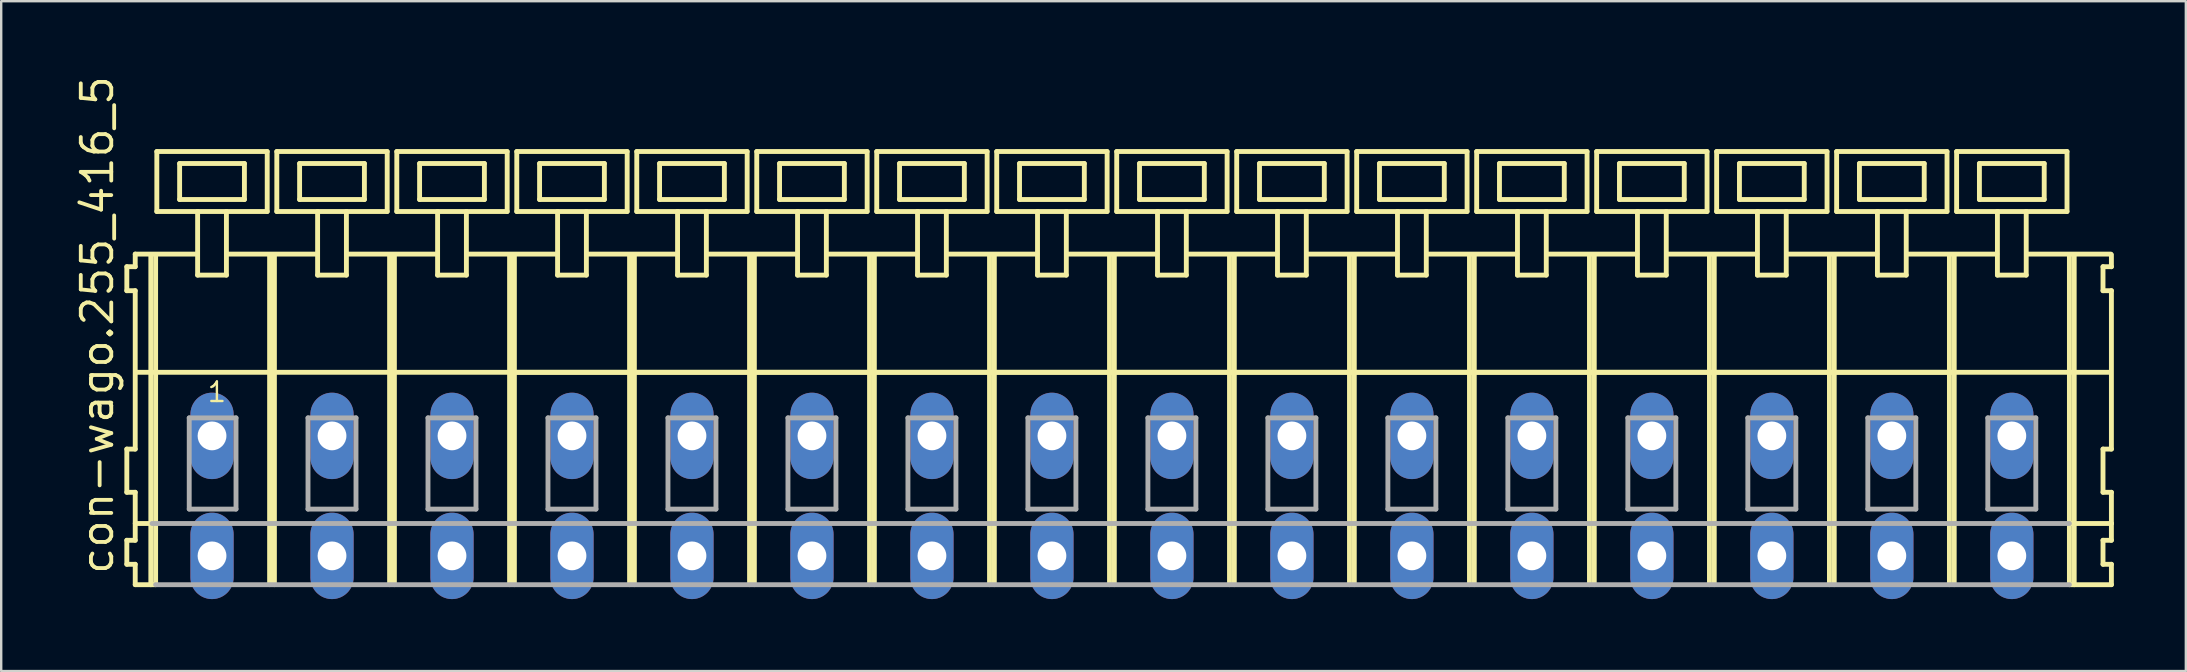
<source format=kicad_pcb>
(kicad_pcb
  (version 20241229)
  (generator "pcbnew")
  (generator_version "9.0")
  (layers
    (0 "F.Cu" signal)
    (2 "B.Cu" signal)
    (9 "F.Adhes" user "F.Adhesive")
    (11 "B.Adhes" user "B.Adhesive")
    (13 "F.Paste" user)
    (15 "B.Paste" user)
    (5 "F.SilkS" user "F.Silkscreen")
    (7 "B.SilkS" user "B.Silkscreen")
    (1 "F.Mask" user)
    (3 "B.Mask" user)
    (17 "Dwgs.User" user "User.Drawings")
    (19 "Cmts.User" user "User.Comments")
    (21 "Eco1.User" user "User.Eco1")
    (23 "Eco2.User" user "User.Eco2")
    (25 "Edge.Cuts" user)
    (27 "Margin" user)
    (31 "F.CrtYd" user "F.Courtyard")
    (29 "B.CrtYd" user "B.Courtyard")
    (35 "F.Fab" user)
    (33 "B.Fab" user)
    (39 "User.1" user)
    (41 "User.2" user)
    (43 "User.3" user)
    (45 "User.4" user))
  (footprint "con-wago.255_416_5"
    (layer "F.Cu")
    (at 43.285 15.114)
    (property "Reference" "con-wago.255_416_5" (at -41.535 5.855 90) (layer "F.SilkS") (effects (font (size 1.27 1.27) (thickness 0.16)) (justify left bottom)))
    (attr through_hole)
    (fp_line (start -41.05 -7.05) (end -41.05 -6.05) (stroke (width 0.203) (type default)) (layer "F.SilkS"))
    (fp_line (start -41.05 -6.05) (end -40.7 -6.05) (stroke (width 0.203) (type default)) (layer "F.SilkS"))
    (fp_line (start -41.05 0.55) (end -41.05 2.35) (stroke (width 0.203) (type default)) (layer "F.SilkS"))
    (fp_line (start -41.05 2.35) (end -40.7 2.35) (stroke (width 0.203) (type default)) (layer "F.SilkS"))
    (fp_line (start -41.05 4.35) (end -41.05 5.35) (stroke (width 0.203) (type default)) (layer "F.SilkS"))
    (fp_line (start -41.05 5.35) (end -40.7 5.35) (stroke (width 0.203) (type default)) (layer "F.SilkS"))
    (fp_line (start -40.7 -7.575) (end -40.7 -7.05) (stroke (width 0.203) (type default)) (layer "F.SilkS"))
    (fp_line (start -40.7 -7.575) (end -38.125 -7.575) (stroke (width 0.203) (type default)) (layer "F.SilkS"))
    (fp_line (start -40.7 -7.05) (end -41.05 -7.05) (stroke (width 0.203) (type default)) (layer "F.SilkS"))
    (fp_line (start -40.7 -6.05) (end -40.7 0.55) (stroke (width 0.203) (type default)) (layer "F.SilkS"))
    (fp_line (start -40.7 0.55) (end -41.05 0.55) (stroke (width 0.203) (type default)) (layer "F.SilkS"))
    (fp_line (start -40.7 2.35) (end -40.7 4.35) (stroke (width 0.203) (type default)) (layer "F.SilkS"))
    (fp_line (start -40.7 3.65) (end -40 3.65) (stroke (width 0.203) (type default)) (layer "F.SilkS"))
    (fp_line (start -40.7 4.35) (end -41.05 4.35) (stroke (width 0.203) (type default)) (layer "F.SilkS"))
    (fp_line (start -40.7 5.35) (end -40.7 6.2) (stroke (width 0.203) (type default)) (layer "F.SilkS"))
    (fp_line (start -40.7 6.2) (end -40.05 6.2) (stroke (width 0.203) (type default)) (layer "F.SilkS"))
    (fp_line (start -40.65 -2.65) (end -35.1 -2.65) (stroke (width 0.203) (type default)) (layer "F.SilkS"))
    (fp_line (start -40.05 -7.55) (end -40.05 6.2) (stroke (width 0.203) (type default)) (layer "F.SilkS"))
    (fp_line (start -40.05 6.2) (end -39.85 6.2) (stroke (width 0.203) (type default)) (layer "F.SilkS"))
    (fp_line (start -39.85 -7.55) (end -39.85 6.2) (stroke (width 0.203) (type default)) (layer "F.SilkS"))
    (fp_line (start -39.8 -11.85) (end -39.8 -9.35) (stroke (width 0.203) (type default)) (layer "F.SilkS"))
    (fp_line (start -39.8 -9.35) (end -38.1 -9.35) (stroke (width 0.203) (type default)) (layer "F.SilkS"))
    (fp_line (start -38.85 -11.35) (end -38.85 -9.85) (stroke (width 0.203) (type default)) (layer "F.SilkS"))
    (fp_line (start -38.85 -9.85) (end -36.15 -9.85) (stroke (width 0.203) (type default)) (layer "F.SilkS"))
    (fp_line (start -38.1 -9.35) (end -38.1 -6.7) (stroke (width 0.203) (type default)) (layer "F.SilkS"))
    (fp_line (start -38.1 -9.35) (end -36.9 -9.35) (stroke (width 0.203) (type default)) (layer "F.SilkS"))
    (fp_line (start -38.1 -6.7) (end -36.9 -6.7) (stroke (width 0.203) (type default)) (layer "F.SilkS"))
    (fp_line (start -36.9 -9.35) (end -35.2 -9.35) (stroke (width 0.203) (type default)) (layer "F.SilkS"))
    (fp_line (start -36.9 -6.7) (end -36.9 -9.35) (stroke (width 0.203) (type default)) (layer "F.SilkS"))
    (fp_line (start -36.825 -7.575) (end -33.125 -7.575) (stroke (width 0.203) (type default)) (layer "F.SilkS"))
    (fp_line (start -36.15 -11.35) (end -38.85 -11.35) (stroke (width 0.203) (type default)) (layer "F.SilkS"))
    (fp_line (start -36.15 -9.85) (end -36.15 -11.35) (stroke (width 0.203) (type default)) (layer "F.SilkS"))
    (fp_line (start -35.2 -11.85) (end -39.8 -11.85) (stroke (width 0.203) (type default)) (layer "F.SilkS"))
    (fp_line (start -35.2 -9.35) (end -35.2 -11.85) (stroke (width 0.203) (type default)) (layer "F.SilkS"))
    (fp_line (start -35.1 -7.55) (end -35.1 -2.65) (stroke (width 0.203) (type default)) (layer "F.SilkS"))
    (fp_line (start -35.1 -2.65) (end -35.1 6.2) (stroke (width 0.203) (type default)) (layer "F.SilkS"))
    (fp_line (start -34.9 -7.55) (end -34.9 -2.65) (stroke (width 0.203) (type default)) (layer "F.SilkS"))
    (fp_line (start -34.9 -2.65) (end -34.9 6.2) (stroke (width 0.203) (type default)) (layer "F.SilkS"))
    (fp_line (start -34.9 -2.65) (end -30.1 -2.65) (stroke (width 0.203) (type default)) (layer "F.SilkS"))
    (fp_line (start -34.8 -11.85) (end -34.8 -9.35) (stroke (width 0.203) (type default)) (layer "F.SilkS"))
    (fp_line (start -34.8 -9.35) (end -33.1 -9.35) (stroke (width 0.203) (type default)) (layer "F.SilkS"))
    (fp_line (start -33.85 -11.35) (end -33.85 -9.85) (stroke (width 0.203) (type default)) (layer "F.SilkS"))
    (fp_line (start -33.85 -9.85) (end -31.15 -9.85) (stroke (width 0.203) (type default)) (layer "F.SilkS"))
    (fp_line (start -33.1 -9.35) (end -33.1 -6.7) (stroke (width 0.203) (type default)) (layer "F.SilkS"))
    (fp_line (start -33.1 -9.35) (end -31.9 -9.35) (stroke (width 0.203) (type default)) (layer "F.SilkS"))
    (fp_line (start -33.1 -6.7) (end -31.9 -6.7) (stroke (width 0.203) (type default)) (layer "F.SilkS"))
    (fp_line (start -31.9 -9.35) (end -30.2 -9.35) (stroke (width 0.203) (type default)) (layer "F.SilkS"))
    (fp_line (start -31.9 -6.7) (end -31.9 -9.35) (stroke (width 0.203) (type default)) (layer "F.SilkS"))
    (fp_line (start -31.875 -7.575) (end -28.125 -7.575) (stroke (width 0.203) (type default)) (layer "F.SilkS"))
    (fp_line (start -31.15 -11.35) (end -33.85 -11.35) (stroke (width 0.203) (type default)) (layer "F.SilkS"))
    (fp_line (start -31.15 -9.85) (end -31.15 -11.35) (stroke (width 0.203) (type default)) (layer "F.SilkS"))
    (fp_line (start -30.2 -11.85) (end -34.8 -11.85) (stroke (width 0.203) (type default)) (layer "F.SilkS"))
    (fp_line (start -30.2 -9.35) (end -30.2 -11.85) (stroke (width 0.203) (type default)) (layer "F.SilkS"))
    (fp_line (start -30.1 -7.55) (end -30.1 -2.65) (stroke (width 0.203) (type default)) (layer "F.SilkS"))
    (fp_line (start -30.1 -2.65) (end -30.1 6.2) (stroke (width 0.203) (type default)) (layer "F.SilkS"))
    (fp_line (start -30.1 -2.65) (end -29.9 -2.65) (stroke (width 0.203) (type default)) (layer "F.SilkS"))
    (fp_line (start -29.9 -7.55) (end -29.9 -2.65) (stroke (width 0.203) (type default)) (layer "F.SilkS"))
    (fp_line (start -29.9 -2.65) (end -29.9 6.2) (stroke (width 0.203) (type default)) (layer "F.SilkS"))
    (fp_line (start -29.9 -2.65) (end -25.1 -2.65) (stroke (width 0.203) (type default)) (layer "F.SilkS"))
    (fp_line (start -29.8 -11.85) (end -29.8 -9.35) (stroke (width 0.203) (type default)) (layer "F.SilkS"))
    (fp_line (start -29.8 -9.35) (end -28.1 -9.35) (stroke (width 0.203) (type default)) (layer "F.SilkS"))
    (fp_line (start -28.85 -11.35) (end -28.85 -9.85) (stroke (width 0.203) (type default)) (layer "F.SilkS"))
    (fp_line (start -28.85 -9.85) (end -26.15 -9.85) (stroke (width 0.203) (type default)) (layer "F.SilkS"))
    (fp_line (start -28.1 -9.35) (end -28.1 -6.7) (stroke (width 0.203) (type default)) (layer "F.SilkS"))
    (fp_line (start -28.1 -9.35) (end -26.9 -9.35) (stroke (width 0.203) (type default)) (layer "F.SilkS"))
    (fp_line (start -28.1 -6.7) (end -26.9 -6.7) (stroke (width 0.203) (type default)) (layer "F.SilkS"))
    (fp_line (start -26.9 -9.35) (end -25.2 -9.35) (stroke (width 0.203) (type default)) (layer "F.SilkS"))
    (fp_line (start -26.9 -6.7) (end -26.9 -9.35) (stroke (width 0.203) (type default)) (layer "F.SilkS"))
    (fp_line (start -26.875 -7.575) (end -23.125 -7.575) (stroke (width 0.203) (type default)) (layer "F.SilkS"))
    (fp_line (start -26.15 -11.35) (end -28.85 -11.35) (stroke (width 0.203) (type default)) (layer "F.SilkS"))
    (fp_line (start -26.15 -9.85) (end -26.15 -11.35) (stroke (width 0.203) (type default)) (layer "F.SilkS"))
    (fp_line (start -25.2 -11.85) (end -29.8 -11.85) (stroke (width 0.203) (type default)) (layer "F.SilkS"))
    (fp_line (start -25.2 -9.35) (end -25.2 -11.85) (stroke (width 0.203) (type default)) (layer "F.SilkS"))
    (fp_line (start -25.1 -7.55) (end -25.1 -2.65) (stroke (width 0.203) (type default)) (layer "F.SilkS"))
    (fp_line (start -25.1 -2.65) (end -25.1 6.2) (stroke (width 0.203) (type default)) (layer "F.SilkS"))
    (fp_line (start -25.1 -2.65) (end -24.9 -2.65) (stroke (width 0.203) (type default)) (layer "F.SilkS"))
    (fp_line (start -25.1 -2.65) (end 39.9 -2.65) (stroke (width 0.203) (type default)) (layer "F.SilkS"))
    (fp_line (start -24.9 -7.55) (end -24.9 -2.65) (stroke (width 0.203) (type default)) (layer "F.SilkS"))
    (fp_line (start -24.9 -2.65) (end -24.9 6.2) (stroke (width 0.203) (type default)) (layer "F.SilkS"))
    (fp_line (start -24.9 -2.65) (end -20.1 -2.65) (stroke (width 0.203) (type default)) (layer "F.SilkS"))
    (fp_line (start -24.8 -11.85) (end -24.8 -9.35) (stroke (width 0.203) (type default)) (layer "F.SilkS"))
    (fp_line (start -24.8 -9.35) (end -23.1 -9.35) (stroke (width 0.203) (type default)) (layer "F.SilkS"))
    (fp_line (start -23.85 -11.35) (end -23.85 -9.85) (stroke (width 0.203) (type default)) (layer "F.SilkS"))
    (fp_line (start -23.85 -9.85) (end -21.15 -9.85) (stroke (width 0.203) (type default)) (layer "F.SilkS"))
    (fp_line (start -23.1 -9.35) (end -23.1 -6.7) (stroke (width 0.203) (type default)) (layer "F.SilkS"))
    (fp_line (start -23.1 -9.35) (end -21.9 -9.35) (stroke (width 0.203) (type default)) (layer "F.SilkS"))
    (fp_line (start -23.1 -6.7) (end -21.9 -6.7) (stroke (width 0.203) (type default)) (layer "F.SilkS"))
    (fp_line (start -21.9 -9.35) (end -20.2 -9.35) (stroke (width 0.203) (type default)) (layer "F.SilkS"))
    (fp_line (start -21.9 -6.7) (end -21.9 -9.35) (stroke (width 0.203) (type default)) (layer "F.SilkS"))
    (fp_line (start -21.875 -7.575) (end -18.125 -7.575) (stroke (width 0.203) (type default)) (layer "F.SilkS"))
    (fp_line (start -21.15 -11.35) (end -23.85 -11.35) (stroke (width 0.203) (type default)) (layer "F.SilkS"))
    (fp_line (start -21.15 -9.85) (end -21.15 -11.35) (stroke (width 0.203) (type default)) (layer "F.SilkS"))
    (fp_line (start -20.2 -11.85) (end -24.8 -11.85) (stroke (width 0.203) (type default)) (layer "F.SilkS"))
    (fp_line (start -20.2 -9.35) (end -20.2 -11.85) (stroke (width 0.203) (type default)) (layer "F.SilkS"))
    (fp_line (start -20.1 -7.55) (end -20.1 -2.65) (stroke (width 0.203) (type default)) (layer "F.SilkS"))
    (fp_line (start -20.1 -2.65) (end -20.1 6.2) (stroke (width 0.203) (type default)) (layer "F.SilkS"))
    (fp_line (start -20.1 -2.65) (end -19.9 -2.65) (stroke (width 0.203) (type default)) (layer "F.SilkS"))
    (fp_line (start -19.9 -7.55) (end -19.9 -2.65) (stroke (width 0.203) (type default)) (layer "F.SilkS"))
    (fp_line (start -19.9 -2.65) (end -19.9 6.2) (stroke (width 0.203) (type default)) (layer "F.SilkS"))
    (fp_line (start -19.9 -2.65) (end -15.1 -2.65) (stroke (width 0.203) (type default)) (layer "F.SilkS"))
    (fp_line (start -19.8 -11.85) (end -19.8 -9.35) (stroke (width 0.203) (type default)) (layer "F.SilkS"))
    (fp_line (start -19.8 -9.35) (end -18.1 -9.35) (stroke (width 0.203) (type default)) (layer "F.SilkS"))
    (fp_line (start -18.85 -11.35) (end -18.85 -9.85) (stroke (width 0.203) (type default)) (layer "F.SilkS"))
    (fp_line (start -18.85 -9.85) (end -16.15 -9.85) (stroke (width 0.203) (type default)) (layer "F.SilkS"))
    (fp_line (start -18.1 -9.35) (end -18.1 -6.7) (stroke (width 0.203) (type default)) (layer "F.SilkS"))
    (fp_line (start -18.1 -9.35) (end -16.9 -9.35) (stroke (width 0.203) (type default)) (layer "F.SilkS"))
    (fp_line (start -18.1 -6.7) (end -16.9 -6.7) (stroke (width 0.203) (type default)) (layer "F.SilkS"))
    (fp_line (start -16.9 -9.35) (end -15.2 -9.35) (stroke (width 0.203) (type default)) (layer "F.SilkS"))
    (fp_line (start -16.9 -6.7) (end -16.9 -9.35) (stroke (width 0.203) (type default)) (layer "F.SilkS"))
    (fp_line (start -16.875 -7.575) (end -13.125 -7.575) (stroke (width 0.203) (type default)) (layer "F.SilkS"))
    (fp_line (start -16.15 -11.35) (end -18.85 -11.35) (stroke (width 0.203) (type default)) (layer "F.SilkS"))
    (fp_line (start -16.15 -9.85) (end -16.15 -11.35) (stroke (width 0.203) (type default)) (layer "F.SilkS"))
    (fp_line (start -15.2 -11.85) (end -19.8 -11.85) (stroke (width 0.203) (type default)) (layer "F.SilkS"))
    (fp_line (start -15.2 -9.35) (end -15.2 -11.85) (stroke (width 0.203) (type default)) (layer "F.SilkS"))
    (fp_line (start -15.1 -7.55) (end -15.1 -2.65) (stroke (width 0.203) (type default)) (layer "F.SilkS"))
    (fp_line (start -15.1 -2.65) (end -15.1 6.2) (stroke (width 0.203) (type default)) (layer "F.SilkS"))
    (fp_line (start -15.1 -2.65) (end -14.9 -2.65) (stroke (width 0.203) (type default)) (layer "F.SilkS"))
    (fp_line (start -14.9 -7.55) (end -14.9 -2.65) (stroke (width 0.203) (type default)) (layer "F.SilkS"))
    (fp_line (start -14.9 -2.65) (end -14.9 6.2) (stroke (width 0.203) (type default)) (layer "F.SilkS"))
    (fp_line (start -14.9 -2.65) (end -10.1 -2.65) (stroke (width 0.203) (type default)) (layer "F.SilkS"))
    (fp_line (start -14.8 -11.85) (end -14.8 -9.35) (stroke (width 0.203) (type default)) (layer "F.SilkS"))
    (fp_line (start -14.8 -9.35) (end -13.1 -9.35) (stroke (width 0.203) (type default)) (layer "F.SilkS"))
    (fp_line (start -13.85 -11.35) (end -13.85 -9.85) (stroke (width 0.203) (type default)) (layer "F.SilkS"))
    (fp_line (start -13.85 -9.85) (end -11.15 -9.85) (stroke (width 0.203) (type default)) (layer "F.SilkS"))
    (fp_line (start -13.1 -9.35) (end -13.1 -6.7) (stroke (width 0.203) (type default)) (layer "F.SilkS"))
    (fp_line (start -13.1 -9.35) (end -11.9 -9.35) (stroke (width 0.203) (type default)) (layer "F.SilkS"))
    (fp_line (start -13.1 -6.7) (end -11.9 -6.7) (stroke (width 0.203) (type default)) (layer "F.SilkS"))
    (fp_line (start -11.9 -9.35) (end -10.2 -9.35) (stroke (width 0.203) (type default)) (layer "F.SilkS"))
    (fp_line (start -11.9 -6.7) (end -11.9 -9.35) (stroke (width 0.203) (type default)) (layer "F.SilkS"))
    (fp_line (start -11.875 -7.575) (end -8.125 -7.575) (stroke (width 0.203) (type default)) (layer "F.SilkS"))
    (fp_line (start -11.15 -11.35) (end -13.85 -11.35) (stroke (width 0.203) (type default)) (layer "F.SilkS"))
    (fp_line (start -11.15 -9.85) (end -11.15 -11.35) (stroke (width 0.203) (type default)) (layer "F.SilkS"))
    (fp_line (start -10.2 -11.85) (end -14.8 -11.85) (stroke (width 0.203) (type default)) (layer "F.SilkS"))
    (fp_line (start -10.2 -9.35) (end -10.2 -11.85) (stroke (width 0.203) (type default)) (layer "F.SilkS"))
    (fp_line (start -10.1 -7.55) (end -10.1 -2.65) (stroke (width 0.203) (type default)) (layer "F.SilkS"))
    (fp_line (start -10.1 -2.65) (end -10.1 6.2) (stroke (width 0.203) (type default)) (layer "F.SilkS"))
    (fp_line (start -10.1 -2.65) (end -9.9 -2.65) (stroke (width 0.203) (type default)) (layer "F.SilkS"))
    (fp_line (start -9.9 -7.55) (end -9.9 -2.65) (stroke (width 0.203) (type default)) (layer "F.SilkS"))
    (fp_line (start -9.9 -2.65) (end -9.9 6.2) (stroke (width 0.203) (type default)) (layer "F.SilkS"))
    (fp_line (start -9.9 -2.65) (end -5.1 -2.65) (stroke (width 0.203) (type default)) (layer "F.SilkS"))
    (fp_line (start -9.8 -11.85) (end -9.8 -9.35) (stroke (width 0.203) (type default)) (layer "F.SilkS"))
    (fp_line (start -9.8 -9.35) (end -8.1 -9.35) (stroke (width 0.203) (type default)) (layer "F.SilkS"))
    (fp_line (start -8.85 -11.35) (end -8.85 -9.85) (stroke (width 0.203) (type default)) (layer "F.SilkS"))
    (fp_line (start -8.85 -9.85) (end -6.15 -9.85) (stroke (width 0.203) (type default)) (layer "F.SilkS"))
    (fp_line (start -8.1 -9.35) (end -8.1 -6.7) (stroke (width 0.203) (type default)) (layer "F.SilkS"))
    (fp_line (start -8.1 -9.35) (end -6.9 -9.35) (stroke (width 0.203) (type default)) (layer "F.SilkS"))
    (fp_line (start -8.1 -6.7) (end -6.9 -6.7) (stroke (width 0.203) (type default)) (layer "F.SilkS"))
    (fp_line (start -6.9 -9.35) (end -5.2 -9.35) (stroke (width 0.203) (type default)) (layer "F.SilkS"))
    (fp_line (start -6.9 -6.7) (end -6.9 -9.35) (stroke (width 0.203) (type default)) (layer "F.SilkS"))
    (fp_line (start -6.875 -7.575) (end -3.125 -7.575) (stroke (width 0.203) (type default)) (layer "F.SilkS"))
    (fp_line (start -6.15 -11.35) (end -8.85 -11.35) (stroke (width 0.203) (type default)) (layer "F.SilkS"))
    (fp_line (start -6.15 -9.85) (end -6.15 -11.35) (stroke (width 0.203) (type default)) (layer "F.SilkS"))
    (fp_line (start -5.2 -11.85) (end -9.8 -11.85) (stroke (width 0.203) (type default)) (layer "F.SilkS"))
    (fp_line (start -5.2 -9.35) (end -5.2 -11.85) (stroke (width 0.203) (type default)) (layer "F.SilkS"))
    (fp_line (start -5.1 -7.55) (end -5.1 -2.65) (stroke (width 0.203) (type default)) (layer "F.SilkS"))
    (fp_line (start -5.1 -2.65) (end -5.1 6.2) (stroke (width 0.203) (type default)) (layer "F.SilkS"))
    (fp_line (start -5.1 -2.65) (end -4.9 -2.65) (stroke (width 0.203) (type default)) (layer "F.SilkS"))
    (fp_line (start -4.9 -7.55) (end -4.9 -2.65) (stroke (width 0.203) (type default)) (layer "F.SilkS"))
    (fp_line (start -4.9 -2.65) (end -4.9 6.2) (stroke (width 0.203) (type default)) (layer "F.SilkS"))
    (fp_line (start -4.9 -2.65) (end -0.1 -2.65) (stroke (width 0.203) (type default)) (layer "F.SilkS"))
    (fp_line (start -4.8 -11.85) (end -4.8 -9.35) (stroke (width 0.203) (type default)) (layer "F.SilkS"))
    (fp_line (start -4.8 -9.35) (end -3.1 -9.35) (stroke (width 0.203) (type default)) (layer "F.SilkS"))
    (fp_line (start -3.85 -11.35) (end -3.85 -9.85) (stroke (width 0.203) (type default)) (layer "F.SilkS"))
    (fp_line (start -3.85 -9.85) (end -1.15 -9.85) (stroke (width 0.203) (type default)) (layer "F.SilkS"))
    (fp_line (start -3.1 -9.35) (end -3.1 -6.7) (stroke (width 0.203) (type default)) (layer "F.SilkS"))
    (fp_line (start -3.1 -9.35) (end -1.9 -9.35) (stroke (width 0.203) (type default)) (layer "F.SilkS"))
    (fp_line (start -3.1 -6.7) (end -1.9 -6.7) (stroke (width 0.203) (type default)) (layer "F.SilkS"))
    (fp_line (start -1.9 -9.35) (end -0.2 -9.35) (stroke (width 0.203) (type default)) (layer "F.SilkS"))
    (fp_line (start -1.9 -6.7) (end -1.9 -9.35) (stroke (width 0.203) (type default)) (layer "F.SilkS"))
    (fp_line (start -1.875 -7.575) (end 1.875 -7.575) (stroke (width 0.203) (type default)) (layer "F.SilkS"))
    (fp_line (start -1.15 -11.35) (end -3.85 -11.35) (stroke (width 0.203) (type default)) (layer "F.SilkS"))
    (fp_line (start -1.15 -9.85) (end -1.15 -11.35) (stroke (width 0.203) (type default)) (layer "F.SilkS"))
    (fp_line (start -0.2 -11.85) (end -4.8 -11.85) (stroke (width 0.203) (type default)) (layer "F.SilkS"))
    (fp_line (start -0.2 -9.35) (end -0.2 -11.85) (stroke (width 0.203) (type default)) (layer "F.SilkS"))
    (fp_line (start -0.1 -7.55) (end -0.1 -2.65) (stroke (width 0.203) (type default)) (layer "F.SilkS"))
    (fp_line (start -0.1 -2.65) (end -0.1 6.2) (stroke (width 0.203) (type default)) (layer "F.SilkS"))
    (fp_line (start -0.1 -2.65) (end 0.1 -2.65) (stroke (width 0.203) (type default)) (layer "F.SilkS"))
    (fp_line (start 0.1 -7.55) (end 0.1 -2.65) (stroke (width 0.203) (type default)) (layer "F.SilkS"))
    (fp_line (start 0.1 -2.65) (end 0.1 6.2) (stroke (width 0.203) (type default)) (layer "F.SilkS"))
    (fp_line (start 0.1 -2.65) (end 4.9 -2.65) (stroke (width 0.203) (type default)) (layer "F.SilkS"))
    (fp_line (start 0.2 -11.85) (end 0.2 -9.35) (stroke (width 0.203) (type default)) (layer "F.SilkS"))
    (fp_line (start 0.2 -9.35) (end 1.9 -9.35) (stroke (width 0.203) (type default)) (layer "F.SilkS"))
    (fp_line (start 1.15 -11.35) (end 1.15 -9.85) (stroke (width 0.203) (type default)) (layer "F.SilkS"))
    (fp_line (start 1.15 -9.85) (end 3.85 -9.85) (stroke (width 0.203) (type default)) (layer "F.SilkS"))
    (fp_line (start 1.9 -9.35) (end 1.9 -6.7) (stroke (width 0.203) (type default)) (layer "F.SilkS"))
    (fp_line (start 1.9 -9.35) (end 3.1 -9.35) (stroke (width 0.203) (type default)) (layer "F.SilkS"))
    (fp_line (start 1.9 -6.7) (end 3.1 -6.7) (stroke (width 0.203) (type default)) (layer "F.SilkS"))
    (fp_line (start 3.1 -9.35) (end 4.8 -9.35) (stroke (width 0.203) (type default)) (layer "F.SilkS"))
    (fp_line (start 3.1 -6.7) (end 3.1 -9.35) (stroke (width 0.203) (type default)) (layer "F.SilkS"))
    (fp_line (start 3.125 -7.575) (end 6.875 -7.575) (stroke (width 0.203) (type default)) (layer "F.SilkS"))
    (fp_line (start 3.85 -11.35) (end 1.15 -11.35) (stroke (width 0.203) (type default)) (layer "F.SilkS"))
    (fp_line (start 3.85 -9.85) (end 3.85 -11.35) (stroke (width 0.203) (type default)) (layer "F.SilkS"))
    (fp_line (start 4.8 -11.85) (end 0.2 -11.85) (stroke (width 0.203) (type default)) (layer "F.SilkS"))
    (fp_line (start 4.8 -9.35) (end 4.8 -11.85) (stroke (width 0.203) (type default)) (layer "F.SilkS"))
    (fp_line (start 4.9 -7.55) (end 4.9 -2.65) (stroke (width 0.203) (type default)) (layer "F.SilkS"))
    (fp_line (start 4.9 -2.65) (end 4.9 6.2) (stroke (width 0.203) (type default)) (layer "F.SilkS"))
    (fp_line (start 4.9 -2.65) (end 5.1 -2.65) (stroke (width 0.203) (type default)) (layer "F.SilkS"))
    (fp_line (start 5.1 -7.55) (end 5.1 -2.65) (stroke (width 0.203) (type default)) (layer "F.SilkS"))
    (fp_line (start 5.1 -2.65) (end 5.1 6.2) (stroke (width 0.203) (type default)) (layer "F.SilkS"))
    (fp_line (start 5.1 -2.65) (end 9.9 -2.65) (stroke (width 0.203) (type default)) (layer "F.SilkS"))
    (fp_line (start 5.2 -11.85) (end 5.2 -9.35) (stroke (width 0.203) (type default)) (layer "F.SilkS"))
    (fp_line (start 5.2 -9.35) (end 6.9 -9.35) (stroke (width 0.203) (type default)) (layer "F.SilkS"))
    (fp_line (start 6.15 -11.35) (end 6.15 -9.85) (stroke (width 0.203) (type default)) (layer "F.SilkS"))
    (fp_line (start 6.15 -9.85) (end 8.85 -9.85) (stroke (width 0.203) (type default)) (layer "F.SilkS"))
    (fp_line (start 6.9 -9.35) (end 6.9 -6.7) (stroke (width 0.203) (type default)) (layer "F.SilkS"))
    (fp_line (start 6.9 -9.35) (end 8.1 -9.35) (stroke (width 0.203) (type default)) (layer "F.SilkS"))
    (fp_line (start 6.9 -6.7) (end 8.1 -6.7) (stroke (width 0.203) (type default)) (layer "F.SilkS"))
    (fp_line (start 8.1 -9.35) (end 9.8 -9.35) (stroke (width 0.203) (type default)) (layer "F.SilkS"))
    (fp_line (start 8.1 -6.7) (end 8.1 -9.35) (stroke (width 0.203) (type default)) (layer "F.SilkS"))
    (fp_line (start 8.125 -7.575) (end 11.875 -7.575) (stroke (width 0.203) (type default)) (layer "F.SilkS"))
    (fp_line (start 8.85 -11.35) (end 6.15 -11.35) (stroke (width 0.203) (type default)) (layer "F.SilkS"))
    (fp_line (start 8.85 -9.85) (end 8.85 -11.35) (stroke (width 0.203) (type default)) (layer "F.SilkS"))
    (fp_line (start 9.8 -11.85) (end 5.2 -11.85) (stroke (width 0.203) (type default)) (layer "F.SilkS"))
    (fp_line (start 9.8 -9.35) (end 9.8 -11.85) (stroke (width 0.203) (type default)) (layer "F.SilkS"))
    (fp_line (start 9.9 -7.55) (end 9.9 -2.65) (stroke (width 0.203) (type default)) (layer "F.SilkS"))
    (fp_line (start 9.9 -2.65) (end 9.9 6.2) (stroke (width 0.203) (type default)) (layer "F.SilkS"))
    (fp_line (start 9.9 -2.65) (end 10.1 -2.65) (stroke (width 0.203) (type default)) (layer "F.SilkS"))
    (fp_line (start 10.1 -7.55) (end 10.1 -2.65) (stroke (width 0.203) (type default)) (layer "F.SilkS"))
    (fp_line (start 10.1 -2.65) (end 10.1 6.2) (stroke (width 0.203) (type default)) (layer "F.SilkS"))
    (fp_line (start 10.1 -2.65) (end 14.9 -2.65) (stroke (width 0.203) (type default)) (layer "F.SilkS"))
    (fp_line (start 10.2 -11.85) (end 10.2 -9.35) (stroke (width 0.203) (type default)) (layer "F.SilkS"))
    (fp_line (start 10.2 -9.35) (end 11.9 -9.35) (stroke (width 0.203) (type default)) (layer "F.SilkS"))
    (fp_line (start 11.15 -11.35) (end 11.15 -9.85) (stroke (width 0.203) (type default)) (layer "F.SilkS"))
    (fp_line (start 11.15 -9.85) (end 13.85 -9.85) (stroke (width 0.203) (type default)) (layer "F.SilkS"))
    (fp_line (start 11.9 -9.35) (end 11.9 -6.7) (stroke (width 0.203) (type default)) (layer "F.SilkS"))
    (fp_line (start 11.9 -9.35) (end 13.1 -9.35) (stroke (width 0.203) (type default)) (layer "F.SilkS"))
    (fp_line (start 11.9 -6.7) (end 13.1 -6.7) (stroke (width 0.203) (type default)) (layer "F.SilkS"))
    (fp_line (start 13.1 -9.35) (end 14.8 -9.35) (stroke (width 0.203) (type default)) (layer "F.SilkS"))
    (fp_line (start 13.1 -6.7) (end 13.1 -9.35) (stroke (width 0.203) (type default)) (layer "F.SilkS"))
    (fp_line (start 13.125 -7.575) (end 16.875 -7.575) (stroke (width 0.203) (type default)) (layer "F.SilkS"))
    (fp_line (start 13.85 -11.35) (end 11.15 -11.35) (stroke (width 0.203) (type default)) (layer "F.SilkS"))
    (fp_line (start 13.85 -9.85) (end 13.85 -11.35) (stroke (width 0.203) (type default)) (layer "F.SilkS"))
    (fp_line (start 14.8 -11.85) (end 10.2 -11.85) (stroke (width 0.203) (type default)) (layer "F.SilkS"))
    (fp_line (start 14.8 -9.35) (end 14.8 -11.85) (stroke (width 0.203) (type default)) (layer "F.SilkS"))
    (fp_line (start 14.9 -7.55) (end 14.9 -2.65) (stroke (width 0.203) (type default)) (layer "F.SilkS"))
    (fp_line (start 14.9 -2.65) (end 14.9 6.2) (stroke (width 0.203) (type default)) (layer "F.SilkS"))
    (fp_line (start 14.9 -2.65) (end 15.1 -2.65) (stroke (width 0.203) (type default)) (layer "F.SilkS"))
    (fp_line (start 15.1 -7.55) (end 15.1 -2.65) (stroke (width 0.203) (type default)) (layer "F.SilkS"))
    (fp_line (start 15.1 -2.65) (end 15.1 6.2) (stroke (width 0.203) (type default)) (layer "F.SilkS"))
    (fp_line (start 15.1 -2.65) (end 19.9 -2.65) (stroke (width 0.203) (type default)) (layer "F.SilkS"))
    (fp_line (start 15.2 -11.85) (end 15.2 -9.35) (stroke (width 0.203) (type default)) (layer "F.SilkS"))
    (fp_line (start 15.2 -9.35) (end 16.9 -9.35) (stroke (width 0.203) (type default)) (layer "F.SilkS"))
    (fp_line (start 16.15 -11.35) (end 16.15 -9.85) (stroke (width 0.203) (type default)) (layer "F.SilkS"))
    (fp_line (start 16.15 -9.85) (end 18.85 -9.85) (stroke (width 0.203) (type default)) (layer "F.SilkS"))
    (fp_line (start 16.9 -9.35) (end 16.9 -6.7) (stroke (width 0.203) (type default)) (layer "F.SilkS"))
    (fp_line (start 16.9 -9.35) (end 18.1 -9.35) (stroke (width 0.203) (type default)) (layer "F.SilkS"))
    (fp_line (start 16.9 -6.7) (end 18.1 -6.7) (stroke (width 0.203) (type default)) (layer "F.SilkS"))
    (fp_line (start 18.1 -9.35) (end 19.8 -9.35) (stroke (width 0.203) (type default)) (layer "F.SilkS"))
    (fp_line (start 18.1 -6.7) (end 18.1 -9.35) (stroke (width 0.203) (type default)) (layer "F.SilkS"))
    (fp_line (start 18.125 -7.575) (end 21.875 -7.575) (stroke (width 0.203) (type default)) (layer "F.SilkS"))
    (fp_line (start 18.85 -11.35) (end 16.15 -11.35) (stroke (width 0.203) (type default)) (layer "F.SilkS"))
    (fp_line (start 18.85 -9.85) (end 18.85 -11.35) (stroke (width 0.203) (type default)) (layer "F.SilkS"))
    (fp_line (start 19.8 -11.85) (end 15.2 -11.85) (stroke (width 0.203) (type default)) (layer "F.SilkS"))
    (fp_line (start 19.8 -9.35) (end 19.8 -11.85) (stroke (width 0.203) (type default)) (layer "F.SilkS"))
    (fp_line (start 19.9 -7.55) (end 19.9 -2.65) (stroke (width 0.203) (type default)) (layer "F.SilkS"))
    (fp_line (start 19.9 -2.65) (end 19.9 6.2) (stroke (width 0.203) (type default)) (layer "F.SilkS"))
    (fp_line (start 19.9 -2.65) (end 20.1 -2.65) (stroke (width 0.203) (type default)) (layer "F.SilkS"))
    (fp_line (start 20.1 -7.55) (end 20.1 -2.65) (stroke (width 0.203) (type default)) (layer "F.SilkS"))
    (fp_line (start 20.1 -2.65) (end 20.1 6.2) (stroke (width 0.203) (type default)) (layer "F.SilkS"))
    (fp_line (start 20.1 -2.65) (end 24.9 -2.65) (stroke (width 0.203) (type default)) (layer "F.SilkS"))
    (fp_line (start 20.2 -11.85) (end 20.2 -9.35) (stroke (width 0.203) (type default)) (layer "F.SilkS"))
    (fp_line (start 20.2 -9.35) (end 21.9 -9.35) (stroke (width 0.203) (type default)) (layer "F.SilkS"))
    (fp_line (start 21.15 -11.35) (end 21.15 -9.85) (stroke (width 0.203) (type default)) (layer "F.SilkS"))
    (fp_line (start 21.15 -9.85) (end 23.85 -9.85) (stroke (width 0.203) (type default)) (layer "F.SilkS"))
    (fp_line (start 21.9 -9.35) (end 21.9 -6.7) (stroke (width 0.203) (type default)) (layer "F.SilkS"))
    (fp_line (start 21.9 -9.35) (end 23.1 -9.35) (stroke (width 0.203) (type default)) (layer "F.SilkS"))
    (fp_line (start 21.9 -6.7) (end 23.1 -6.7) (stroke (width 0.203) (type default)) (layer "F.SilkS"))
    (fp_line (start 23.1 -9.35) (end 24.8 -9.35) (stroke (width 0.203) (type default)) (layer "F.SilkS"))
    (fp_line (start 23.1 -6.7) (end 23.1 -9.35) (stroke (width 0.203) (type default)) (layer "F.SilkS"))
    (fp_line (start 23.125 -7.575) (end 26.875 -7.575) (stroke (width 0.203) (type default)) (layer "F.SilkS"))
    (fp_line (start 23.85 -11.35) (end 21.15 -11.35) (stroke (width 0.203) (type default)) (layer "F.SilkS"))
    (fp_line (start 23.85 -9.85) (end 23.85 -11.35) (stroke (width 0.203) (type default)) (layer "F.SilkS"))
    (fp_line (start 24.8 -11.85) (end 20.2 -11.85) (stroke (width 0.203) (type default)) (layer "F.SilkS"))
    (fp_line (start 24.8 -9.35) (end 24.8 -11.85) (stroke (width 0.203) (type default)) (layer "F.SilkS"))
    (fp_line (start 24.9 -7.55) (end 24.9 -2.65) (stroke (width 0.203) (type default)) (layer "F.SilkS"))
    (fp_line (start 24.9 -2.65) (end 24.9 6.2) (stroke (width 0.203) (type default)) (layer "F.SilkS"))
    (fp_line (start 24.9 -2.65) (end 25.1 -2.65) (stroke (width 0.203) (type default)) (layer "F.SilkS"))
    (fp_line (start 25.1 -7.55) (end 25.1 -2.65) (stroke (width 0.203) (type default)) (layer "F.SilkS"))
    (fp_line (start 25.1 -2.65) (end 25.1 6.2) (stroke (width 0.203) (type default)) (layer "F.SilkS"))
    (fp_line (start 25.1 -2.65) (end 29.9 -2.65) (stroke (width 0.203) (type default)) (layer "F.SilkS"))
    (fp_line (start 25.2 -11.85) (end 25.2 -9.35) (stroke (width 0.203) (type default)) (layer "F.SilkS"))
    (fp_line (start 25.2 -9.35) (end 26.9 -9.35) (stroke (width 0.203) (type default)) (layer "F.SilkS"))
    (fp_line (start 26.15 -11.35) (end 26.15 -9.85) (stroke (width 0.203) (type default)) (layer "F.SilkS"))
    (fp_line (start 26.15 -9.85) (end 28.85 -9.85) (stroke (width 0.203) (type default)) (layer "F.SilkS"))
    (fp_line (start 26.9 -9.35) (end 26.9 -6.7) (stroke (width 0.203) (type default)) (layer "F.SilkS"))
    (fp_line (start 26.9 -9.35) (end 28.1 -9.35) (stroke (width 0.203) (type default)) (layer "F.SilkS"))
    (fp_line (start 26.9 -6.7) (end 28.1 -6.7) (stroke (width 0.203) (type default)) (layer "F.SilkS"))
    (fp_line (start 28.1 -9.35) (end 29.8 -9.35) (stroke (width 0.203) (type default)) (layer "F.SilkS"))
    (fp_line (start 28.1 -6.7) (end 28.1 -9.35) (stroke (width 0.203) (type default)) (layer "F.SilkS"))
    (fp_line (start 28.125 -7.575) (end 31.875 -7.575) (stroke (width 0.203) (type default)) (layer "F.SilkS"))
    (fp_line (start 28.85 -11.35) (end 26.15 -11.35) (stroke (width 0.203) (type default)) (layer "F.SilkS"))
    (fp_line (start 28.85 -9.85) (end 28.85 -11.35) (stroke (width 0.203) (type default)) (layer "F.SilkS"))
    (fp_line (start 29.8 -11.85) (end 25.2 -11.85) (stroke (width 0.203) (type default)) (layer "F.SilkS"))
    (fp_line (start 29.8 -9.35) (end 29.8 -11.85) (stroke (width 0.203) (type default)) (layer "F.SilkS"))
    (fp_line (start 29.9 -7.55) (end 29.9 -2.65) (stroke (width 0.203) (type default)) (layer "F.SilkS"))
    (fp_line (start 29.9 -2.65) (end 29.9 6.2) (stroke (width 0.203) (type default)) (layer "F.SilkS"))
    (fp_line (start 29.9 -2.65) (end 30.1 -2.65) (stroke (width 0.203) (type default)) (layer "F.SilkS"))
    (fp_line (start 30.1 -7.55) (end 30.1 -2.65) (stroke (width 0.203) (type default)) (layer "F.SilkS"))
    (fp_line (start 30.1 -2.65) (end 30.1 6.2) (stroke (width 0.203) (type default)) (layer "F.SilkS"))
    (fp_line (start 30.1 -2.65) (end 34.9 -2.65) (stroke (width 0.203) (type default)) (layer "F.SilkS"))
    (fp_line (start 30.2 -11.85) (end 30.2 -9.35) (stroke (width 0.203) (type default)) (layer "F.SilkS"))
    (fp_line (start 30.2 -9.35) (end 31.9 -9.35) (stroke (width 0.203) (type default)) (layer "F.SilkS"))
    (fp_line (start 31.15 -11.35) (end 31.15 -9.85) (stroke (width 0.203) (type default)) (layer "F.SilkS"))
    (fp_line (start 31.15 -9.85) (end 33.85 -9.85) (stroke (width 0.203) (type default)) (layer "F.SilkS"))
    (fp_line (start 31.9 -9.35) (end 31.9 -6.7) (stroke (width 0.203) (type default)) (layer "F.SilkS"))
    (fp_line (start 31.9 -9.35) (end 33.1 -9.35) (stroke (width 0.203) (type default)) (layer "F.SilkS"))
    (fp_line (start 31.9 -6.7) (end 33.1 -6.7) (stroke (width 0.203) (type default)) (layer "F.SilkS"))
    (fp_line (start 33.1 -9.35) (end 34.8 -9.35) (stroke (width 0.203) (type default)) (layer "F.SilkS"))
    (fp_line (start 33.1 -6.7) (end 33.1 -9.35) (stroke (width 0.203) (type default)) (layer "F.SilkS"))
    (fp_line (start 33.125 -7.575) (end 36.875 -7.575) (stroke (width 0.203) (type default)) (layer "F.SilkS"))
    (fp_line (start 33.85 -11.35) (end 31.15 -11.35) (stroke (width 0.203) (type default)) (layer "F.SilkS"))
    (fp_line (start 33.85 -9.85) (end 33.85 -11.35) (stroke (width 0.203) (type default)) (layer "F.SilkS"))
    (fp_line (start 34.8 -11.85) (end 30.2 -11.85) (stroke (width 0.203) (type default)) (layer "F.SilkS"))
    (fp_line (start 34.8 -9.35) (end 34.8 -11.85) (stroke (width 0.203) (type default)) (layer "F.SilkS"))
    (fp_line (start 34.9 -7.55) (end 34.9 -2.65) (stroke (width 0.203) (type default)) (layer "F.SilkS"))
    (fp_line (start 34.9 -2.65) (end 34.9 6.2) (stroke (width 0.203) (type default)) (layer "F.SilkS"))
    (fp_line (start 34.9 -2.65) (end 35.1 -2.65) (stroke (width 0.203) (type default)) (layer "F.SilkS"))
    (fp_line (start 35.1 -7.55) (end 35.1 -2.65) (stroke (width 0.203) (type default)) (layer "F.SilkS"))
    (fp_line (start 35.1 -2.65) (end 35.1 6.2) (stroke (width 0.203) (type default)) (layer "F.SilkS"))
    (fp_line (start 35.2 -11.85) (end 35.2 -9.35) (stroke (width 0.203) (type default)) (layer "F.SilkS"))
    (fp_line (start 35.2 -9.35) (end 36.9 -9.35) (stroke (width 0.203) (type default)) (layer "F.SilkS"))
    (fp_line (start 36.15 -11.35) (end 36.15 -9.85) (stroke (width 0.203) (type default)) (layer "F.SilkS"))
    (fp_line (start 36.15 -9.85) (end 38.85 -9.85) (stroke (width 0.203) (type default)) (layer "F.SilkS"))
    (fp_line (start 36.9 -9.35) (end 36.9 -6.7) (stroke (width 0.203) (type default)) (layer "F.SilkS"))
    (fp_line (start 36.9 -9.35) (end 38.1 -9.35) (stroke (width 0.203) (type default)) (layer "F.SilkS"))
    (fp_line (start 36.9 -6.7) (end 38.1 -6.7) (stroke (width 0.203) (type default)) (layer "F.SilkS"))
    (fp_line (start 38.1 -9.35) (end 39.8 -9.35) (stroke (width 0.203) (type default)) (layer "F.SilkS"))
    (fp_line (start 38.1 -6.7) (end 38.1 -9.35) (stroke (width 0.203) (type default)) (layer "F.SilkS"))
    (fp_line (start 38.125 -7.575) (end 41.625 -7.575) (stroke (width 0.203) (type default)) (layer "F.SilkS"))
    (fp_line (start 38.85 -11.35) (end 36.15 -11.35) (stroke (width 0.203) (type default)) (layer "F.SilkS"))
    (fp_line (start 38.85 -9.85) (end 38.85 -11.35) (stroke (width 0.203) (type default)) (layer "F.SilkS"))
    (fp_line (start 39.8 -11.85) (end 35.2 -11.85) (stroke (width 0.203) (type default)) (layer "F.SilkS"))
    (fp_line (start 39.8 -9.35) (end 39.8 -11.85) (stroke (width 0.203) (type default)) (layer "F.SilkS"))
    (fp_line (start 39.9 -7.55) (end 39.9 -2.65) (stroke (width 0.203) (type default)) (layer "F.SilkS"))
    (fp_line (start 39.9 -2.65) (end 39.9 6.2) (stroke (width 0.203) (type default)) (layer "F.SilkS"))
    (fp_line (start 39.9 -2.65) (end 40.1 -2.65) (stroke (width 0.203) (type default)) (layer "F.SilkS"))
    (fp_line (start 39.9 6.2) (end 40.1 6.2) (stroke (width 0.203) (type default)) (layer "F.SilkS"))
    (fp_line (start 39.95 3.65) (end 41.65 3.65) (stroke (width 0.203) (type default)) (layer "F.SilkS"))
    (fp_line (start 40.1 -7.55) (end 40.1 -2.65) (stroke (width 0.203) (type default)) (layer "F.SilkS"))
    (fp_line (start 40.1 -2.65) (end 40.1 6.2) (stroke (width 0.203) (type default)) (layer "F.SilkS"))
    (fp_line (start 40.1 -2.65) (end 41.6 -2.65) (stroke (width 0.203) (type default)) (layer "F.SilkS"))
    (fp_line (start 40.1 6.2) (end 41.65 6.2) (stroke (width 0.203) (type default)) (layer "F.SilkS"))
    (fp_line (start 41.3 -7.05) (end 41.3 -6.05) (stroke (width 0.203) (type default)) (layer "F.SilkS"))
    (fp_line (start 41.3 -6.05) (end 41.65 -6.05) (stroke (width 0.203) (type default)) (layer "F.SilkS"))
    (fp_line (start 41.3 0.55) (end 41.3 2.35) (stroke (width 0.203) (type default)) (layer "F.SilkS"))
    (fp_line (start 41.3 2.35) (end 41.65 2.35) (stroke (width 0.203) (type default)) (layer "F.SilkS"))
    (fp_line (start 41.3 4.35) (end 41.3 5.35) (stroke (width 0.203) (type default)) (layer "F.SilkS"))
    (fp_line (start 41.3 5.35) (end 41.65 5.35) (stroke (width 0.203) (type default)) (layer "F.SilkS"))
    (fp_line (start 41.65 -7.05) (end 41.3 -7.05) (stroke (width 0.203) (type default)) (layer "F.SilkS"))
    (fp_line (start 41.65 -7.05) (end 41.65 -7.55) (stroke (width 0.203) (type default)) (layer "F.SilkS"))
    (fp_line (start 41.65 0.55) (end 41.3 0.55) (stroke (width 0.203) (type default)) (layer "F.SilkS"))
    (fp_line (start 41.65 0.55) (end 41.65 -6.05) (stroke (width 0.203) (type default)) (layer "F.SilkS"))
    (fp_line (start 41.65 3.65) (end 41.65 2.35) (stroke (width 0.203) (type default)) (layer "F.SilkS"))
    (fp_line (start 41.65 4.35) (end 41.3 4.35) (stroke (width 0.203) (type default)) (layer "F.SilkS"))
    (fp_line (start 41.65 4.35) (end 41.65 3.65) (stroke (width 0.203) (type default)) (layer "F.SilkS"))
    (fp_line (start 41.65 6.2) (end 41.65 5.35) (stroke (width 0.203) (type default)) (layer "F.SilkS"))
    (fp_line (start -40 3.65) (end 39.9 3.65) (stroke (width 0.203) (type default)) (layer "F.Fab"))
    (fp_line (start -39.85 6.2) (end 39.9 6.2) (stroke (width 0.203) (type default)) (layer "F.Fab"))
    (fp_line (start -38.45 -0.75) (end -38.45 3.05) (stroke (width 0.203) (type default)) (layer "F.Fab"))
    (fp_line (start -38.45 3.05) (end -36.5 3.05) (stroke (width 0.203) (type default)) (layer "F.Fab"))
    (fp_line (start -36.5 -0.75) (end -38.45 -0.75) (stroke (width 0.203) (type default)) (layer "F.Fab"))
    (fp_line (start -36.5 3.05) (end -36.5 -0.75) (stroke (width 0.203) (type default)) (layer "F.Fab"))
    (fp_line (start -33.5 -0.75) (end -33.5 3.05) (stroke (width 0.203) (type default)) (layer "F.Fab"))
    (fp_line (start -33.5 3.05) (end -31.5 3.05) (stroke (width 0.203) (type default)) (layer "F.Fab"))
    (fp_line (start -31.5 -0.75) (end -33.5 -0.75) (stroke (width 0.203) (type default)) (layer "F.Fab"))
    (fp_line (start -31.5 3.05) (end -31.5 -0.75) (stroke (width 0.203) (type default)) (layer "F.Fab"))
    (fp_line (start -28.5 -0.75) (end -28.5 3.05) (stroke (width 0.203) (type default)) (layer "F.Fab"))
    (fp_line (start -28.5 3.05) (end -26.5 3.05) (stroke (width 0.203) (type default)) (layer "F.Fab"))
    (fp_line (start -26.5 -0.75) (end -28.5 -0.75) (stroke (width 0.203) (type default)) (layer "F.Fab"))
    (fp_line (start -26.5 3.05) (end -26.5 -0.75) (stroke (width 0.203) (type default)) (layer "F.Fab"))
    (fp_line (start -23.5 -0.75) (end -23.5 3.05) (stroke (width 0.203) (type default)) (layer "F.Fab"))
    (fp_line (start -23.5 3.05) (end -21.5 3.05) (stroke (width 0.203) (type default)) (layer "F.Fab"))
    (fp_line (start -21.5 -0.75) (end -23.5 -0.75) (stroke (width 0.203) (type default)) (layer "F.Fab"))
    (fp_line (start -21.5 3.05) (end -21.5 -0.75) (stroke (width 0.203) (type default)) (layer "F.Fab"))
    (fp_line (start -18.5 -0.75) (end -18.5 3.05) (stroke (width 0.203) (type default)) (layer "F.Fab"))
    (fp_line (start -18.5 3.05) (end -16.5 3.05) (stroke (width 0.203) (type default)) (layer "F.Fab"))
    (fp_line (start -16.5 -0.75) (end -18.5 -0.75) (stroke (width 0.203) (type default)) (layer "F.Fab"))
    (fp_line (start -16.5 3.05) (end -16.5 -0.75) (stroke (width 0.203) (type default)) (layer "F.Fab"))
    (fp_line (start -13.5 -0.75) (end -13.5 3.05) (stroke (width 0.203) (type default)) (layer "F.Fab"))
    (fp_line (start -13.5 3.05) (end -11.5 3.05) (stroke (width 0.203) (type default)) (layer "F.Fab"))
    (fp_line (start -11.5 -0.75) (end -13.5 -0.75) (stroke (width 0.203) (type default)) (layer "F.Fab"))
    (fp_line (start -11.5 3.05) (end -11.5 -0.75) (stroke (width 0.203) (type default)) (layer "F.Fab"))
    (fp_line (start -8.5 -0.75) (end -8.5 3.05) (stroke (width 0.203) (type default)) (layer "F.Fab"))
    (fp_line (start -8.5 3.05) (end -6.5 3.05) (stroke (width 0.203) (type default)) (layer "F.Fab"))
    (fp_line (start -6.5 -0.75) (end -8.5 -0.75) (stroke (width 0.203) (type default)) (layer "F.Fab"))
    (fp_line (start -6.5 3.05) (end -6.5 -0.75) (stroke (width 0.203) (type default)) (layer "F.Fab"))
    (fp_line (start -3.5 -0.75) (end -3.5 3.05) (stroke (width 0.203) (type default)) (layer "F.Fab"))
    (fp_line (start -3.5 3.05) (end -1.5 3.05) (stroke (width 0.203) (type default)) (layer "F.Fab"))
    (fp_line (start -1.5 -0.75) (end -3.5 -0.75) (stroke (width 0.203) (type default)) (layer "F.Fab"))
    (fp_line (start -1.5 3.05) (end -1.5 -0.75) (stroke (width 0.203) (type default)) (layer "F.Fab"))
    (fp_line (start 1.5 -0.75) (end 1.5 3.05) (stroke (width 0.203) (type default)) (layer "F.Fab"))
    (fp_line (start 1.5 3.05) (end 3.5 3.05) (stroke (width 0.203) (type default)) (layer "F.Fab"))
    (fp_line (start 3.5 -0.75) (end 1.5 -0.75) (stroke (width 0.203) (type default)) (layer "F.Fab"))
    (fp_line (start 3.5 3.05) (end 3.5 -0.75) (stroke (width 0.203) (type default)) (layer "F.Fab"))
    (fp_line (start 6.5 -0.75) (end 6.5 3.05) (stroke (width 0.203) (type default)) (layer "F.Fab"))
    (fp_line (start 6.5 3.05) (end 8.5 3.05) (stroke (width 0.203) (type default)) (layer "F.Fab"))
    (fp_line (start 8.5 -0.75) (end 6.5 -0.75) (stroke (width 0.203) (type default)) (layer "F.Fab"))
    (fp_line (start 8.5 3.05) (end 8.5 -0.75) (stroke (width 0.203) (type default)) (layer "F.Fab"))
    (fp_line (start 11.5 -0.75) (end 11.5 3.05) (stroke (width 0.203) (type default)) (layer "F.Fab"))
    (fp_line (start 11.5 3.05) (end 13.5 3.05) (stroke (width 0.203) (type default)) (layer "F.Fab"))
    (fp_line (start 13.5 -0.75) (end 11.5 -0.75) (stroke (width 0.203) (type default)) (layer "F.Fab"))
    (fp_line (start 13.5 3.05) (end 13.5 -0.75) (stroke (width 0.203) (type default)) (layer "F.Fab"))
    (fp_line (start 16.5 -0.75) (end 16.5 3.05) (stroke (width 0.203) (type default)) (layer "F.Fab"))
    (fp_line (start 16.5 3.05) (end 18.5 3.05) (stroke (width 0.203) (type default)) (layer "F.Fab"))
    (fp_line (start 18.5 -0.75) (end 16.5 -0.75) (stroke (width 0.203) (type default)) (layer "F.Fab"))
    (fp_line (start 18.5 3.05) (end 18.5 -0.75) (stroke (width 0.203) (type default)) (layer "F.Fab"))
    (fp_line (start 21.5 -0.75) (end 21.5 3.05) (stroke (width 0.203) (type default)) (layer "F.Fab"))
    (fp_line (start 21.5 3.05) (end 23.5 3.05) (stroke (width 0.203) (type default)) (layer "F.Fab"))
    (fp_line (start 23.5 -0.75) (end 21.5 -0.75) (stroke (width 0.203) (type default)) (layer "F.Fab"))
    (fp_line (start 23.5 3.05) (end 23.5 -0.75) (stroke (width 0.203) (type default)) (layer "F.Fab"))
    (fp_line (start 26.5 -0.75) (end 26.5 3.05) (stroke (width 0.203) (type default)) (layer "F.Fab"))
    (fp_line (start 26.5 3.05) (end 28.5 3.05) (stroke (width 0.203) (type default)) (layer "F.Fab"))
    (fp_line (start 28.5 -0.75) (end 26.5 -0.75) (stroke (width 0.203) (type default)) (layer "F.Fab"))
    (fp_line (start 28.5 3.05) (end 28.5 -0.75) (stroke (width 0.203) (type default)) (layer "F.Fab"))
    (fp_line (start 31.5 -0.75) (end 31.5 3.05) (stroke (width 0.203) (type default)) (layer "F.Fab"))
    (fp_line (start 31.5 3.05) (end 33.5 3.05) (stroke (width 0.203) (type default)) (layer "F.Fab"))
    (fp_line (start 33.5 -0.75) (end 31.5 -0.75) (stroke (width 0.203) (type default)) (layer "F.Fab"))
    (fp_line (start 33.5 3.05) (end 33.5 -0.75) (stroke (width 0.203) (type default)) (layer "F.Fab"))
    (fp_line (start 36.5 -0.75) (end 36.5 3.05) (stroke (width 0.203) (type default)) (layer "F.Fab"))
    (fp_line (start 36.5 3.05) (end 38.5 3.05) (stroke (width 0.203) (type default)) (layer "F.Fab"))
    (fp_line (start 38.5 -0.75) (end 36.5 -0.75) (stroke (width 0.203) (type default)) (layer "F.Fab"))
    (fp_line (start 38.5 3.05) (end 38.5 -0.75) (stroke (width 0.203) (type default)) (layer "F.Fab"))
    (fp_text user "1" (at -37.75 -1.35 0) (layer "F.SilkS") (effects (font (size 0.813 0.813) (thickness 0.1)) (justify left bottom)))
    (pad "A1" thru_hole oval (at -37.5 0 90) (size 3.6 1.8) (drill 1.2) (layers "*.Cu" "*.Mask"))
    (pad "A2" thru_hole oval (at -32.5 0 90) (size 3.6 1.8) (drill 1.2) (layers "*.Cu" "*.Mask"))
    (pad "A3" thru_hole oval (at -27.5 0 90) (size 3.6 1.8) (drill 1.2) (layers "*.Cu" "*.Mask"))
    (pad "A4" thru_hole oval (at -22.5 0 90) (size 3.6 1.8) (drill 1.2) (layers "*.Cu" "*.Mask"))
    (pad "A5" thru_hole oval (at -17.5 0 90) (size 3.6 1.8) (drill 1.2) (layers "*.Cu" "*.Mask"))
    (pad "A6" thru_hole oval (at -12.5 0 90) (size 3.6 1.8) (drill 1.2) (layers "*.Cu" "*.Mask"))
    (pad "A7" thru_hole oval (at -7.5 0 90) (size 3.6 1.8) (drill 1.2) (layers "*.Cu" "*.Mask"))
    (pad "A8" thru_hole oval (at -2.5 0 90) (size 3.6 1.8) (drill 1.2) (layers "*.Cu" "*.Mask"))
    (pad "A9" thru_hole oval (at 2.5 0 90) (size 3.6 1.8) (drill 1.2) (layers "*.Cu" "*.Mask"))
    (pad "A10" thru_hole oval (at 7.5 0 90) (size 3.6 1.8) (drill 1.2) (layers "*.Cu" "*.Mask"))
    (pad "A11" thru_hole oval (at 12.5 0 90) (size 3.6 1.8) (drill 1.2) (layers "*.Cu" "*.Mask"))
    (pad "A12" thru_hole oval (at 17.5 0 90) (size 3.6 1.8) (drill 1.2) (layers "*.Cu" "*.Mask"))
    (pad "A13" thru_hole oval (at 22.5 0 90) (size 3.6 1.8) (drill 1.2) (layers "*.Cu" "*.Mask"))
    (pad "A14" thru_hole oval (at 27.5 0 90) (size 3.6 1.8) (drill 1.2) (layers "*.Cu" "*.Mask"))
    (pad "A15" thru_hole oval (at 32.5 0 90) (size 3.6 1.8) (drill 1.2) (layers "*.Cu" "*.Mask"))
    (pad "A16" thru_hole oval (at 37.5 0 90) (size 3.6 1.8) (drill 1.2) (layers "*.Cu" "*.Mask"))
    (pad "B1" thru_hole oval (at -37.5 5 90) (size 3.6 1.8) (drill 1.2) (layers "*.Cu" "*.Mask"))
    (pad "B2" thru_hole oval (at -32.5 5 90) (size 3.6 1.8) (drill 1.2) (layers "*.Cu" "*.Mask"))
    (pad "B3" thru_hole oval (at -27.5 5 90) (size 3.6 1.8) (drill 1.2) (layers "*.Cu" "*.Mask"))
    (pad "B4" thru_hole oval (at -22.5 5 90) (size 3.6 1.8) (drill 1.2) (layers "*.Cu" "*.Mask"))
    (pad "B5" thru_hole oval (at -17.5 5 90) (size 3.6 1.8) (drill 1.2) (layers "*.Cu" "*.Mask"))
    (pad "B6" thru_hole oval (at -12.5 5 90) (size 3.6 1.8) (drill 1.2) (layers "*.Cu" "*.Mask"))
    (pad "B7" thru_hole oval (at -7.5 5 90) (size 3.6 1.8) (drill 1.2) (layers "*.Cu" "*.Mask"))
    (pad "B8" thru_hole oval (at -2.5 5 90) (size 3.6 1.8) (drill 1.2) (layers "*.Cu" "*.Mask"))
    (pad "B9" thru_hole oval (at 2.5 5 90) (size 3.6 1.8) (drill 1.2) (layers "*.Cu" "*.Mask"))
    (pad "B10" thru_hole oval (at 7.5 5 90) (size 3.6 1.8) (drill 1.2) (layers "*.Cu" "*.Mask"))
    (pad "B11" thru_hole oval (at 12.5 5 90) (size 3.6 1.8) (drill 1.2) (layers "*.Cu" "*.Mask"))
    (pad "B12" thru_hole oval (at 17.5 5 90) (size 3.6 1.8) (drill 1.2) (layers "*.Cu" "*.Mask"))
    (pad "B13" thru_hole oval (at 22.5 5 90) (size 3.6 1.8) (drill 1.2) (layers "*.Cu" "*.Mask"))
    (pad "B14" thru_hole oval (at 27.5 5 90) (size 3.6 1.8) (drill 1.2) (layers "*.Cu" "*.Mask"))
    (pad "B15" thru_hole oval (at 32.5 5 90) (size 3.6 1.8) (drill 1.2) (layers "*.Cu" "*.Mask"))
    (pad "B16" thru_hole oval (at 37.5 5 90) (size 3.6 1.8) (drill 1.2) (layers "*.Cu" "*.Mask")))
  (gr_rect
    (start -3 -3)
    (end 88.037 24.914)
    (stroke (width 0.1) (type default))
    (fill no)
    (layer "Edge.Cuts")))
</source>
